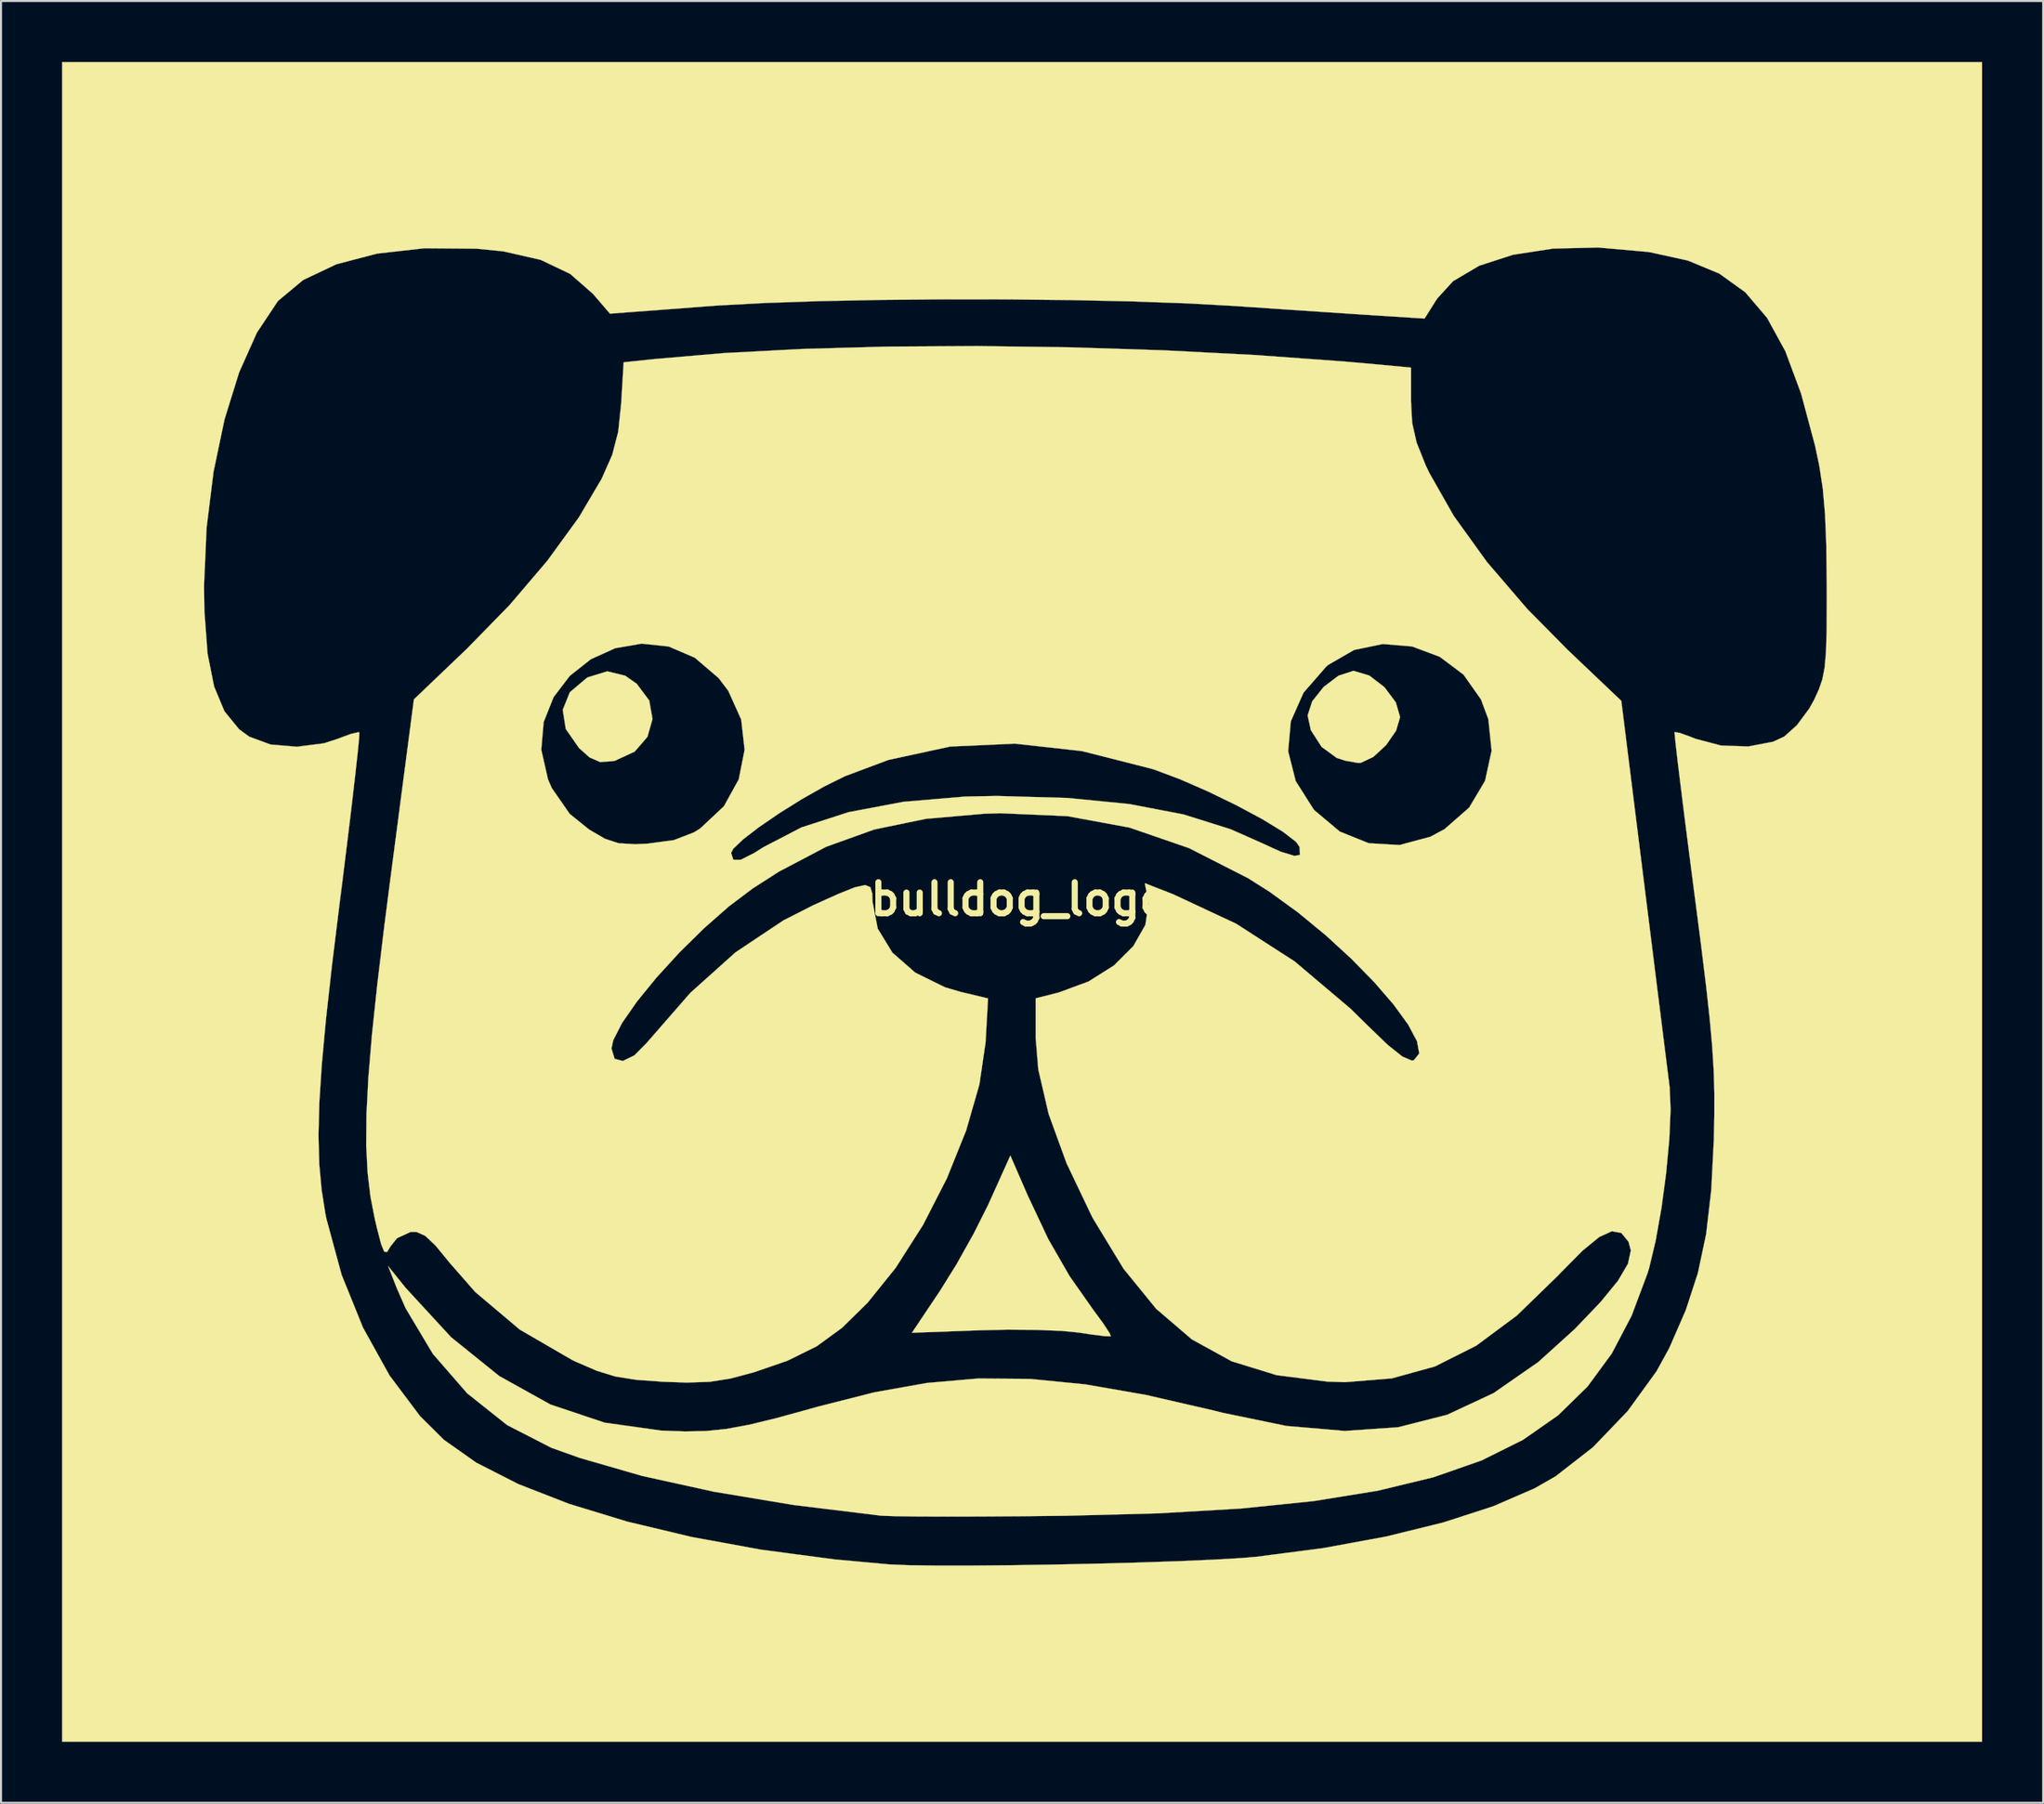
<source format=kicad_pcb>
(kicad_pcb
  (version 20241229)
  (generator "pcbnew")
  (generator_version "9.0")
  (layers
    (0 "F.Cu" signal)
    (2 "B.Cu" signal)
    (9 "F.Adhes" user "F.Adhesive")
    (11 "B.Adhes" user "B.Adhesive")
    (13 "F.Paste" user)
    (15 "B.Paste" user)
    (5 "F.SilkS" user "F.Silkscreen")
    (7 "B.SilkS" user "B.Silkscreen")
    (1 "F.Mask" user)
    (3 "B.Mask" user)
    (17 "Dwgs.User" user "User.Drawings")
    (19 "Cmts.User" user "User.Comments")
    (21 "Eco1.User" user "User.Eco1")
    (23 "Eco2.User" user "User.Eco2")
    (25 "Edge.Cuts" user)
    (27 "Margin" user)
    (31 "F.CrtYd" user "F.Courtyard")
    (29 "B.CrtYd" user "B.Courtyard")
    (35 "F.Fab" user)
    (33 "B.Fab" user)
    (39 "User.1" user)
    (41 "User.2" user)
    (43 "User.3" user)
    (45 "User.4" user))
  (footprint "bulldog_logo"
    (layer "F.Cu")
    (at 47.062 41.18)
    (property "Reference" "bulldog_logo" (at 0 0 0) (layer "F.SilkS") (effects (font (size 1.524 1.524) (thickness 0.3))))
    (attr through_hole)
    (fp_poly (pts (xy -19.38 -10.995) (xy -18.811 -10.596) (xy -18.197 -9.775) (xy -18.035 -8.864) (xy -18.286 -7.984) (xy -18.913 -7.259) (xy -19.879 -6.814) (xy -19.976 -6.793) (xy -20.608 -6.747) (xy -21.129 -6.974) (xy -21.646 -7.434) (xy -22.299 -8.374) (xy -22.447 -9.317) (xy -22.098 -10.182) (xy -21.264 -10.887) (xy -21.207 -10.918) (xy -20.262 -11.208) (xy -19.38 -10.995)) (stroke (width 0.01) (type solid)) (fill yes) (layer "F.SilkS"))
    (fp_poly (pts (xy 17.203 -11.001) (xy 17.947 -10.429) (xy 18.507 -9.68) (xy 18.716 -8.957) (xy 18.519 -8.29) (xy 18.03 -7.582) (xy 17.401 -6.999) (xy 16.784 -6.709) (xy 16.664 -6.701) (xy 16.013 -6.815) (xy 15.603 -6.949) (xy 14.859 -7.491) (xy 14.33 -8.313) (xy 14.171 -9.037) (xy 14.395 -9.733) (xy 14.956 -10.439) (xy 15.685 -10.993) (xy 16.411 -11.229) (xy 16.443 -11.229) (xy 17.203 -11.001)) (stroke (width 0.01) (type solid)) (fill yes) (layer "F.SilkS"))
    (fp_poly (pts (xy 0.412 14.577) (xy 1.42 16.717) (xy 2.465 18.536) (xy 3.625 20.188) (xy 4.12 20.863) (xy 4.433 21.341) (xy 4.497 21.5) (xy 4.209 21.493) (xy 3.555 21.412) (xy 2.941 21.318) (xy 2.084 21.234) (xy 0.862 21.184) (xy -0.559 21.173) (xy -1.905 21.202) (xy -5.281 21.325) (xy -3.886 19.24) (xy -3.085 17.951) (xy -2.252 16.461) (xy -1.55 15.065) (xy -1.467 14.883) (xy -0.443 12.61) (xy 0.412 14.577)) (stroke (width 0.01) (type solid)) (fill yes) (layer "F.SilkS"))
    (fp_poly (pts (xy 47.324 41.442) (xy -47.057 41.442) (xy -47.057 -15.416) (xy -40.083 -15.416) (xy -40.064 -14.158) (xy -39.91 -12.083) (xy -39.588 -10.464) (xy -39.078 -9.243) (xy -38.359 -8.36) (xy -37.863 -7.996) (xy -36.811 -7.609) (xy -35.513 -7.499) (xy -34.184 -7.67) (xy -33.505 -7.891) (xy -32.871 -8.127) (xy -32.486 -8.216) (xy -32.448 -8.206) (xy -32.458 -7.929) (xy -32.531 -7.186) (xy -32.657 -6.041) (xy -32.83 -4.557) (xy -33.042 -2.799) (xy -33.286 -0.832) (xy -33.425 0.262) (xy -33.803 3.335) (xy -34.092 5.945) (xy -34.296 8.156) (xy -34.416 10.032) (xy -34.456 11.636) (xy -34.418 13.032) (xy -34.304 14.285) (xy -34.118 15.458) (xy -34.066 15.719) (xy -33.32 18.469) (xy -32.268 21.072) (xy -30.964 23.425) (xy -29.461 25.428) (xy -28.293 26.59) (xy -26.7 27.714) (xy -24.63 28.77) (xy -22.139 29.741) (xy -19.282 30.613) (xy -16.113 31.37) (xy -12.69 31.996) (xy -9.066 32.476) (xy -6.417 32.718) (xy -5.472 32.759) (xy -4.091 32.778) (xy -2.371 32.778) (xy -0.411 32.761) (xy 1.692 32.728) (xy 3.84 32.682) (xy 5.934 32.625) (xy 7.878 32.559) (xy 9.573 32.485) (xy 10.922 32.407) (xy 11.631 32.347) (xy 14.944 31.917) (xy 18.037 31.347) (xy 20.844 30.655) (xy 23.297 29.859) (xy 25.328 28.978) (xy 26.361 28.387) (xy 28.202 26.953) (xy 29.905 25.176) (xy 31.319 23.226) (xy 31.947 22.083) (xy 32.759 20.218) (xy 33.353 18.399) (xy 33.761 16.479) (xy 34.013 14.316) (xy 34.137 11.898) (xy 34.165 10.66) (xy 34.166 9.531) (xy 34.133 8.422) (xy 34.06 7.241) (xy 33.939 5.897) (xy 33.763 4.3) (xy 33.525 2.359) (xy 33.219 -0.016) (xy 33.203 -0.134) (xy 32.943 -2.139) (xy 32.71 -3.965) (xy 32.512 -5.548) (xy 32.357 -6.821) (xy 32.254 -7.72) (xy 32.21 -8.179) (xy 32.211 -8.225) (xy 32.468 -8.178) (xy 33.036 -7.973) (xy 33.238 -7.891) (xy 34.49 -7.56) (xy 35.832 -7.513) (xy 37.049 -7.745) (xy 37.596 -7.996) (xy 38.222 -8.556) (xy 38.838 -9.389) (xy 39.066 -9.8) (xy 39.304 -10.317) (xy 39.474 -10.815) (xy 39.587 -11.395) (xy 39.653 -12.158) (xy 39.685 -13.204) (xy 39.692 -14.635) (xy 39.69 -15.507) (xy 39.668 -17.422) (xy 39.607 -18.939) (xy 39.496 -20.196) (xy 39.324 -21.327) (xy 39.112 -22.325) (xy 38.426 -24.882) (xy 37.655 -26.955) (xy 36.757 -28.595) (xy 35.688 -29.852) (xy 34.406 -30.774) (xy 32.867 -31.413) (xy 31.027 -31.818) (xy 30.85 -31.844) (xy 28.455 -32.056) (xy 26.239 -32.003) (xy 24.267 -31.699) (xy 22.605 -31.16) (xy 21.318 -30.399) (xy 20.538 -29.544) (xy 19.919 -28.562) (xy 17.513 -28.715) (xy 16.391 -28.788) (xy 14.896 -28.888) (xy 13.187 -29.002) (xy 11.423 -29.122) (xy 10.561 -29.181) (xy 8.252 -29.308) (xy 5.557 -29.405) (xy 2.588 -29.469) (xy -0.543 -29.503) (xy -3.726 -29.506) (xy -6.848 -29.478) (xy -9.798 -29.419) (xy -12.464 -29.329) (xy -14.734 -29.208) (xy -15.21 -29.174) (xy -20.126 -28.803) (xy -20.958 -29.772) (xy -22.082 -30.758) (xy -23.531 -31.448) (xy -25.366 -31.867) (xy -26.683 -31.998) (xy -29.25 -32.019) (xy -31.566 -31.758) (xy -33.573 -31.233) (xy -35.211 -30.457) (xy -36.423 -29.447) (xy -36.474 -29.388) (xy -37.484 -27.867) (xy -38.358 -25.909) (xy -39.075 -23.6) (xy -39.615 -21.025) (xy -39.957 -18.268) (xy -40.083 -15.416) (xy -47.057 -15.416) (xy -47.057 -41.175) (xy 47.324 -41.175) (xy 47.324 41.442)) (stroke (width 0.01) (type solid)) (fill yes) (layer "F.SilkS"))
    (fp_poly (pts (xy 2.477 -27.147) (xy 7.071 -27) (xy 11.606 -26.766) (xy 15.985 -26.447) (xy 17.446 -26.317) (xy 19.251 -26.148) (xy 19.251 -24.496) (xy 19.31 -23.422) (xy 19.53 -22.455) (xy 19.97 -21.354) (xy 20.146 -20.981) (xy 21.355 -18.853) (xy 22.986 -16.587) (xy 24.976 -14.268) (xy 26.958 -12.261) (xy 29.59 -9.758) (xy 30.709 -0.802) (xy 30.982 1.378) (xy 31.238 3.432) (xy 31.47 5.288) (xy 31.669 6.874) (xy 31.825 8.121) (xy 31.929 8.955) (xy 31.966 9.244) (xy 32.013 10.345) (xy 31.95 11.808) (xy 31.794 13.476) (xy 31.564 15.194) (xy 31.278 16.804) (xy 30.956 18.151) (xy 30.885 18.384) (xy 30.097 20.488) (xy 29.121 22.348) (xy 27.926 23.976) (xy 26.482 25.387) (xy 24.759 26.591) (xy 22.726 27.603) (xy 20.352 28.434) (xy 17.607 29.097) (xy 14.46 29.605) (xy 10.882 29.971) (xy 6.841 30.207) (xy 2.308 30.326) (xy 2.139 30.328) (xy 0.082 30.35) (xy -1.849 30.363) (xy -3.575 30.367) (xy -5.019 30.362) (xy -6.101 30.348) (xy -6.745 30.326) (xy -6.818 30.32) (xy -11.092 29.798) (xy -15.016 29.144) (xy -18.541 28.368) (xy -21.615 27.48) (xy -23.008 26.983) (xy -25.182 25.866) (xy -27.145 24.304) (xy -28.831 22.365) (xy -30.173 20.117) (xy -30.611 19.117) (xy -31.032 18.047) (xy -30.17 19.117) (xy -27.94 21.542) (xy -25.57 23.453) (xy -23.054 24.854) (xy -20.384 25.748) (xy -17.611 26.137) (xy -16.433 26.179) (xy -15.406 26.159) (xy -14.402 26.056) (xy -13.295 25.852) (xy -11.957 25.527) (xy -10.26 25.061) (xy -9.901 24.959) (xy -7.138 24.257) (xy -4.547 23.795) (xy -2.023 23.575) (xy 0.539 23.597) (xy 3.246 23.865) (xy 6.201 24.379) (xy 9.511 25.14) (xy 9.971 25.257) (xy 13.136 25.911) (xy 15.998 26.155) (xy 18.612 25.975) (xy 21.031 25.359) (xy 23.312 24.294) (xy 25.508 22.767) (xy 27.3 21.145) (xy 28.566 19.821) (xy 29.429 18.766) (xy 29.918 17.932) (xy 30.06 17.274) (xy 29.944 16.842) (xy 29.589 16.414) (xy 29.126 16.331) (xy 28.506 16.615) (xy 27.682 17.29) (xy 26.605 18.379) (xy 26.495 18.497) (xy 24.459 20.476) (xy 22.459 21.961) (xy 20.43 22.982) (xy 18.306 23.57) (xy 16.02 23.755) (xy 15.144 23.729) (xy 12.641 23.409) (xy 10.435 22.728) (xy 8.479 21.651) (xy 6.723 20.145) (xy 5.121 18.176) (xy 3.624 15.711) (xy 3.549 15.569) (xy 2.32 12.987) (xy 1.439 10.565) (xy 0.93 8.37) (xy 0.802 6.828) (xy 0.802 4.876) (xy 1.938 4.588) (xy 3.399 4.048) (xy 4.645 3.262) (xy 5.601 2.308) (xy 6.195 1.263) (xy 6.351 0.207) (xy 6.318 -0.024) (xy 6.166 -0.788) (xy 7.561 -0.243) (xy 10.658 1.206) (xy 13.534 3.061) (xy 16.272 5.379) (xy 17.085 6.178) (xy 18.102 7.16) (xy 18.826 7.738) (xy 19.29 7.936) (xy 19.392 7.921) (xy 19.658 7.587) (xy 19.547 6.983) (xy 19.108 6.16) (xy 18.39 5.173) (xy 17.441 4.075) (xy 16.31 2.92) (xy 15.045 1.76) (xy 13.695 0.649) (xy 12.308 -0.359) (xy 11.251 -1.029) (xy 8.341 -2.513) (xy 5.413 -3.523) (xy 2.36 -4.086) (xy -0.929 -4.229) (xy -1.705 -4.206) (xy -4.586 -3.956) (xy -7.132 -3.43) (xy -9.494 -2.58) (xy -11.82 -1.357) (xy -13.113 -0.527) (xy -14.288 0.36) (xy -15.514 1.44) (xy -16.722 2.631) (xy -17.841 3.856) (xy -18.801 5.035) (xy -19.532 6.088) (xy -19.965 6.936) (xy -20.053 7.346) (xy -19.897 7.85) (xy -19.491 7.957) (xy -18.928 7.682) (xy -18.329 7.078) (xy -16.177 4.608) (xy -13.956 2.615) (xy -11.595 1.04) (xy -10.132 0.295) (xy -8.906 -0.258) (xy -8.083 -0.587) (xy -7.583 -0.697) (xy -7.326 -0.592) (xy -7.232 -0.278) (xy -7.219 0.129) (xy -6.964 1.445) (xy -6.243 2.628) (xy -5.117 3.613) (xy -3.652 4.334) (xy -2.904 4.554) (xy -1.541 4.881) (xy -1.663 7.053) (xy -1.965 9.11) (xy -2.618 11.379) (xy -3.563 13.728) (xy -4.738 16.025) (xy -6.085 18.138) (xy -7.46 19.845) (xy -8.713 21.078) (xy -9.965 21.992) (xy -11.399 22.7) (xy -13.063 23.274) (xy -14.204 23.578) (xy -15.224 23.738) (xy -16.355 23.776) (xy -17.524 23.735) (xy -18.851 23.638) (xy -19.864 23.475) (xy -20.781 23.194) (xy -21.824 22.742) (xy -21.973 22.671) (xy -24.555 21.173) (xy -26.747 19.323) (xy -28.006 17.884) (xy -28.701 17.036) (xy -29.209 16.558) (xy -29.631 16.368) (xy -29.925 16.364) (xy -30.593 16.673) (xy -30.914 17.073) (xy -31.081 17.349) (xy -31.22 17.341) (xy -31.372 16.98) (xy -31.576 16.194) (xy -31.684 15.736) (xy -31.899 14.632) (xy -32.041 13.442) (xy -32.108 12.109) (xy -32.096 10.575) (xy -32.003 8.782) (xy -31.827 6.673) (xy -31.564 4.189) (xy -31.213 1.273) (xy -30.942 -0.837) (xy -30.753 -2.278) (xy -14.171 -2.278) (xy -14.062 -1.942) (xy -13.697 -1.94) (xy -13.019 -2.282) (xy -12.596 -2.552) (xy -10.714 -3.531) (xy -8.397 -4.281) (xy -5.698 -4.791) (xy -2.67 -5.048) (xy -1.101 -5.078) (xy 2.38 -4.979) (xy 5.418 -4.679) (xy 8.068 -4.17) (xy 10.386 -3.442) (xy 11.824 -2.805) (xy 12.845 -2.338) (xy 13.524 -2.131) (xy 13.794 -2.179) (xy 13.775 -2.572) (xy 13.601 -2.822) (xy 12.952 -3.322) (xy 11.93 -3.945) (xy 10.662 -4.625) (xy 9.275 -5.299) (xy 7.897 -5.901) (xy 6.654 -6.367) (xy 6.531 -6.407) (xy 3.113 -7.277) (xy 13.213 -7.277) (xy 13.583 -5.813) (xy 14.46 -4.428) (xy 14.511 -4.369) (xy 15.751 -3.327) (xy 17.176 -2.754) (xy 18.691 -2.665) (xy 20.205 -3.073) (xy 20.898 -3.445) (xy 22.11 -4.505) (xy 22.892 -5.82) (xy 23.216 -7.3) (xy 23.056 -8.85) (xy 22.694 -9.826) (xy 21.834 -11.046) (xy 20.667 -11.923) (xy 19.306 -12.433) (xy 17.863 -12.553) (xy 16.451 -12.259) (xy 15.183 -11.526) (xy 15.087 -11.444) (xy 13.97 -10.162) (xy 13.344 -8.75) (xy 13.213 -7.277) (xy 3.113 -7.277) (xy 3.077 -7.286) (xy -0.231 -7.653) (xy -3.399 -7.509) (xy -6.436 -6.852) (xy -8.582 -6.047) (xy -9.597 -5.544) (xy -10.703 -4.916) (xy -11.802 -4.229) (xy -12.795 -3.549) (xy -13.582 -2.944) (xy -14.066 -2.48) (xy -14.171 -2.278) (xy -30.753 -2.278) (xy -30.089 -7.35) (xy -23.503 -7.35) (xy -23.173 -5.894) (xy -22.987 -5.468) (xy -22.106 -4.198) (xy -21.15 -3.426) (xy -20.371 -2.973) (xy -19.701 -2.753) (xy -18.891 -2.705) (xy -18.28 -2.732) (xy -16.986 -2.906) (xy -15.998 -3.288) (xy -15.687 -3.482) (xy -14.525 -4.572) (xy -13.795 -5.895) (xy -13.507 -7.35) (xy -13.674 -8.836) (xy -14.31 -10.252) (xy -14.779 -10.872) (xy -15.956 -11.879) (xy -17.242 -12.431) (xy -18.569 -12.571) (xy -19.867 -12.347) (xy -21.068 -11.804) (xy -22.101 -10.987) (xy -22.897 -9.942) (xy -23.387 -8.714) (xy -23.503 -7.35) (xy -30.089 -7.35) (xy -29.764 -9.83) (xy -27.167 -12.312) (xy -25.069 -14.46) (xy -23.205 -16.649) (xy -21.655 -18.781) (xy -20.53 -20.689) (xy -20.015 -21.857) (xy -19.721 -22.989) (xy -19.576 -24.367) (xy -19.453 -26.408) (xy -17.948 -26.568) (xy -14.527 -26.862) (xy -10.676 -27.066) (xy -6.494 -27.181) (xy -2.077 -27.208) (xy 2.477 -27.147)) (stroke (width 0.01) (type solid)) (fill yes) (layer "F.SilkS")))
  (gr_rect
    (start -3 -3)
    (end 97.391 85.627)
    (stroke (width 0.1) (type default))
    (fill no)
    (layer "Edge.Cuts")))
</source>
